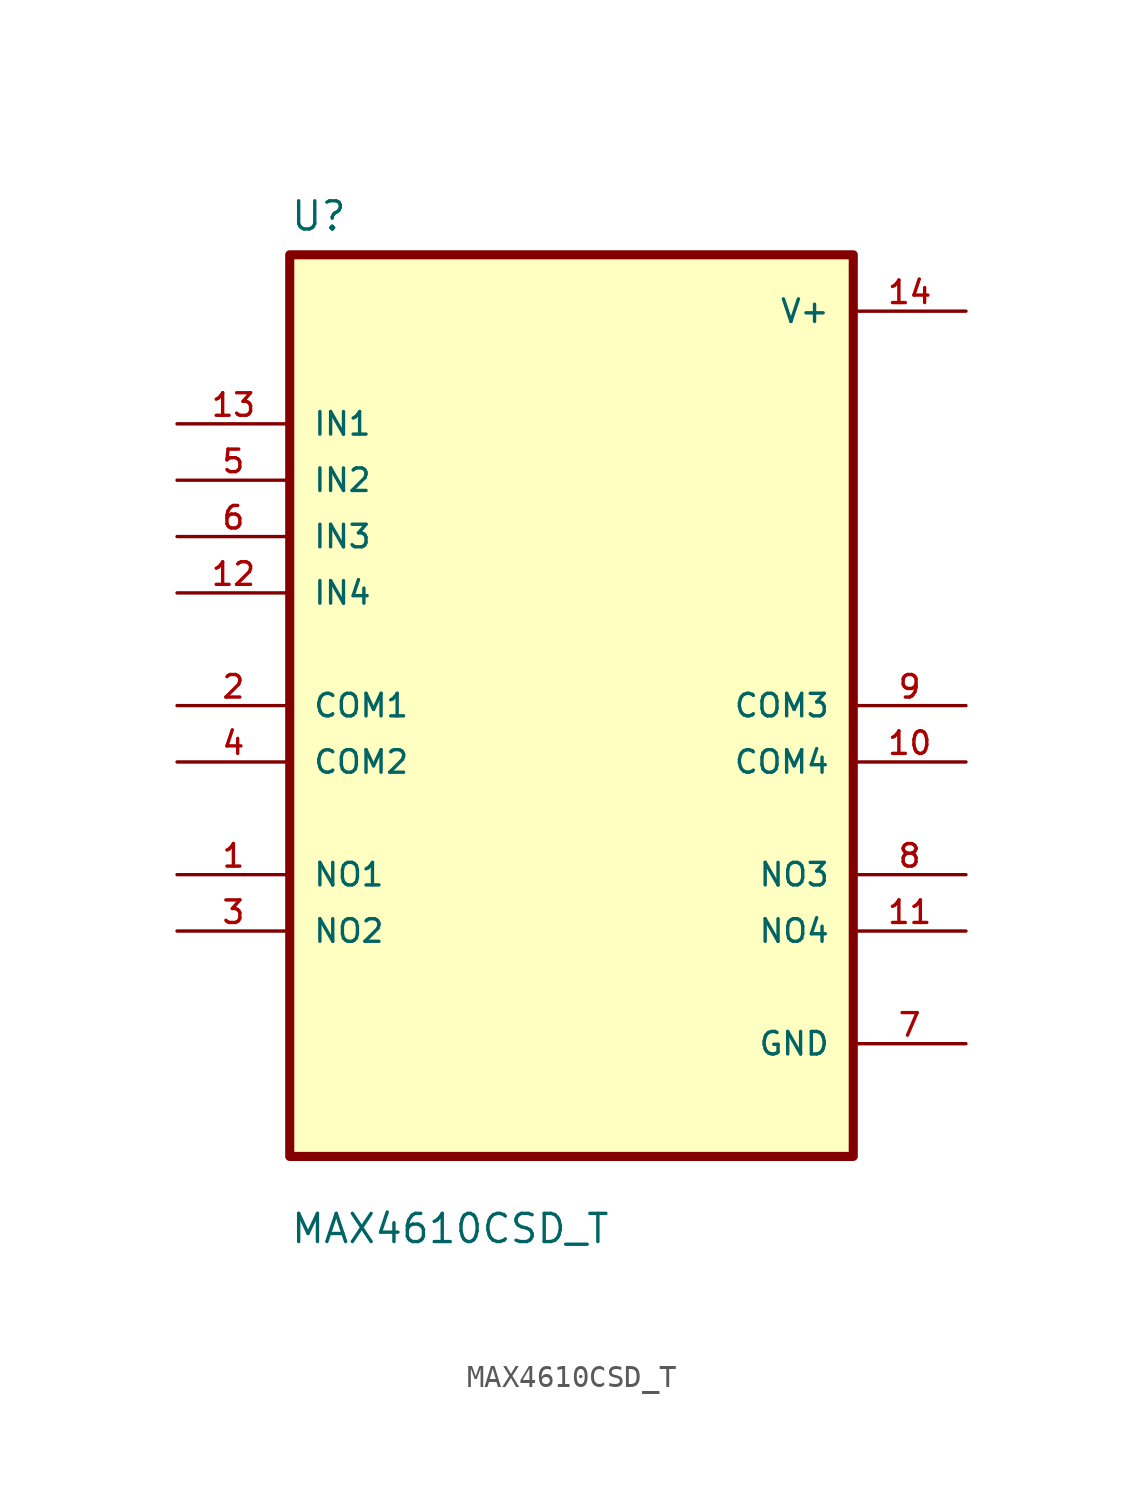
<source format=kicad_sym>
(kicad_symbol_lib
  (version 20211014)
  (generator kicad_symbol_editor)
  (symbol "MAX4610CSD_T"
    (pin_names
      (offset 1.016))
    (property "Reference" "U"
      (at -12.7 21.32 0.0)
      (effects (font (size 1.27 1.27)) (justify bottom left)))
    (property "Value" "MAX4610CSD_T"
      (at -12.7 -24.32 0.0)
      (effects (font (size 1.27 1.27)) (justify bottom left)))
    (symbol "MAX4610CSD_T_0_0"
      (rectangle (start -12.7 -20.32) (end 12.7 20.32) (stroke (width 0.41)) (fill (type background)))
      (pin input line (at -17.78 12.7 0) (length 5.08) (name "IN1" (effects (font (size 1.016 1.016)))) (number "13" (effects (font (size 1.016 1.016)))))
      (pin input line (at -17.78 10.16 0) (length 5.08) (name "IN2" (effects (font (size 1.016 1.016)))) (number "5" (effects (font (size 1.016 1.016)))))
      (pin input line (at -17.78 7.62 0) (length 5.08) (name "IN3" (effects (font (size 1.016 1.016)))) (number "6" (effects (font (size 1.016 1.016)))))
      (pin input line (at -17.78 5.08 0) (length 5.08) (name "IN4" (effects (font (size 1.016 1.016)))) (number "12" (effects (font (size 1.016 1.016)))))
      (pin bidirectional line (at -17.78 0.0 0) (length 5.08) (name "COM1" (effects (font (size 1.016 1.016)))) (number "2" (effects (font (size 1.016 1.016)))))
      (pin bidirectional line (at -17.78 -2.54 0) (length 5.08) (name "COM2" (effects (font (size 1.016 1.016)))) (number "4" (effects (font (size 1.016 1.016)))))
      (pin bidirectional line (at -17.78 -7.62 0) (length 5.08) (name "NO1" (effects (font (size 1.016 1.016)))) (number "1" (effects (font (size 1.016 1.016)))))
      (pin bidirectional line (at -17.78 -10.16 0) (length 5.08) (name "NO2" (effects (font (size 1.016 1.016)))) (number "3" (effects (font (size 1.016 1.016)))))
      (pin power_in line (at 17.78 17.78 180.0) (length 5.08) (name "V+" (effects (font (size 1.016 1.016)))) (number "14" (effects (font (size 1.016 1.016)))))
      (pin bidirectional line (at 17.78 1.77636e-15 180.0) (length 5.08) (name "COM3" (effects (font (size 1.016 1.016)))) (number "9" (effects (font (size 1.016 1.016)))))
      (pin bidirectional line (at 17.78 -2.54 180.0) (length 5.08) (name "COM4" (effects (font (size 1.016 1.016)))) (number "10" (effects (font (size 1.016 1.016)))))
      (pin bidirectional line (at 17.78 -7.62 180.0) (length 5.08) (name "NO3" (effects (font (size 1.016 1.016)))) (number "8" (effects (font (size 1.016 1.016)))))
      (pin bidirectional line (at 17.78 -10.16 180.0) (length 5.08) (name "NO4" (effects (font (size 1.016 1.016)))) (number "11" (effects (font (size 1.016 1.016)))))
      (pin power_in line (at 17.78 -15.24 180.0) (length 5.08) (name "GND" (effects (font (size 1.016 1.016)))) (number "7" (effects (font (size 1.016 1.016))))))))
</source>
